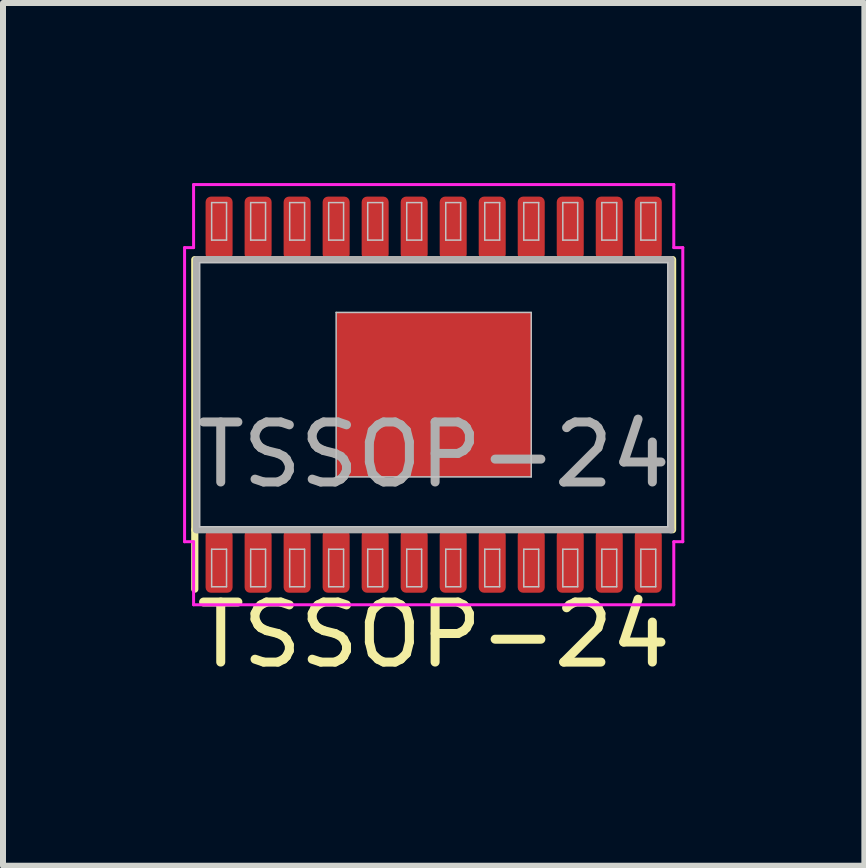
<source format=kicad_pcb>
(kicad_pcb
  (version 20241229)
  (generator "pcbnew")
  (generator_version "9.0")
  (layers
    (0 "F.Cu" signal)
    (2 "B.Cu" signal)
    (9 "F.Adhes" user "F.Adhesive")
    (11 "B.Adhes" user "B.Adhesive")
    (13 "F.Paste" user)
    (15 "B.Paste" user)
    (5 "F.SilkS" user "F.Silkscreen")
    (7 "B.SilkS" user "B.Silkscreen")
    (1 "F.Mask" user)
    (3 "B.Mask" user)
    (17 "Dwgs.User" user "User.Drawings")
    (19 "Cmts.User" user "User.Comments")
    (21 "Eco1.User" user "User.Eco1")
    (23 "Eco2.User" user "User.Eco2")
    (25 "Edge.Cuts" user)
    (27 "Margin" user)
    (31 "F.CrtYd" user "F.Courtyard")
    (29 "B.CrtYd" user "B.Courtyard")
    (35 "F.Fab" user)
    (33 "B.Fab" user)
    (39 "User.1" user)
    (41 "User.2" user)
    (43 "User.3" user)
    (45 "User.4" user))
  (footprint "TSSOP-24"
    (layer "F.Cu")
    (at 4.175 3.525)
    (property "Reference" "TSSOP-24" (at 0 4 0) (layer "F.SilkS") (effects (font (size 1 1) (thickness 0.15))))
    (attr smd)
    (fp_line (start -3.98 2.25) (end -3.98 -2.25) (stroke (width 0.12) (type solid)) (layer "F.SilkS"))
    (fp_line (start -3.98 2.25) (end -3.98 3.24) (stroke (width 0.12) (type solid)) (layer "F.SilkS"))
    (fp_line (start 3.98 2.25) (end 3.98 -2.25) (stroke (width 0.12) (type solid)) (layer "F.SilkS"))
    (fp_poly (pts (xy -0.2 -0.2) (xy -1.425 -0.2) (xy -1.425 -1.175) (xy -0.2 -1.175)) (stroke (width 0) (type solid)) (fill yes) (layer "F.Paste"))
    (fp_poly (pts (xy -0.2 1.175) (xy -1.425 1.175) (xy -1.425 0.2) (xy -0.2 0.2)) (stroke (width 0) (type solid)) (fill yes) (layer "F.Paste"))
    (fp_poly (pts (xy 1.425 -0.2) (xy 0.2 -0.2) (xy 0.2 -1.175) (xy 1.425 -1.175)) (stroke (width 0) (type solid)) (fill yes) (layer "F.Paste"))
    (fp_poly (pts (xy 1.425 1.175) (xy 0.2 1.175) (xy 0.2 0.2) (xy 1.425 0.2)) (stroke (width 0) (type solid)) (fill yes) (layer "F.Paste"))
    (fp_line (start -3.9 -2.2) (end 3.9 -2.2) (stroke (width 0.025) (type solid)) (layer "Dwgs.User"))
    (fp_line (start -3.9 2.2) (end -3.9 -2.2) (stroke (width 0.025) (type solid)) (layer "Dwgs.User"))
    (fp_line (start -3.699 -3.2) (end -3.451 -3.2) (stroke (width 0.025) (type solid)) (layer "Dwgs.User"))
    (fp_line (start -3.699 -2.575) (end -3.699 -3.2) (stroke (width 0.025) (type solid)) (layer "Dwgs.User"))
    (fp_line (start -3.699 2.575) (end -3.451 2.575) (stroke (width 0.025) (type solid)) (layer "Dwgs.User"))
    (fp_line (start -3.699 3.2) (end -3.699 2.575) (stroke (width 0.025) (type solid)) (layer "Dwgs.User"))
    (fp_line (start -3.451 -3.2) (end -3.451 -2.575) (stroke (width 0.025) (type solid)) (layer "Dwgs.User"))
    (fp_line (start -3.451 -2.575) (end -3.699 -2.575) (stroke (width 0.025) (type solid)) (layer "Dwgs.User"))
    (fp_line (start -3.451 2.575) (end -3.451 3.2) (stroke (width 0.025) (type solid)) (layer "Dwgs.User"))
    (fp_line (start -3.451 3.2) (end -3.699 3.2) (stroke (width 0.025) (type solid)) (layer "Dwgs.User"))
    (fp_line (start -3.049 -3.2) (end -2.801 -3.2) (stroke (width 0.025) (type solid)) (layer "Dwgs.User"))
    (fp_line (start -3.049 -2.575) (end -3.049 -3.2) (stroke (width 0.025) (type solid)) (layer "Dwgs.User"))
    (fp_line (start -3.049 2.575) (end -2.801 2.575) (stroke (width 0.025) (type solid)) (layer "Dwgs.User"))
    (fp_line (start -3.049 3.2) (end -3.049 2.575) (stroke (width 0.025) (type solid)) (layer "Dwgs.User"))
    (fp_line (start -2.801 -3.2) (end -2.801 -2.575) (stroke (width 0.025) (type solid)) (layer "Dwgs.User"))
    (fp_line (start -2.801 -2.575) (end -3.049 -2.575) (stroke (width 0.025) (type solid)) (layer "Dwgs.User"))
    (fp_line (start -2.801 2.575) (end -2.801 3.2) (stroke (width 0.025) (type solid)) (layer "Dwgs.User"))
    (fp_line (start -2.801 3.2) (end -3.049 3.2) (stroke (width 0.025) (type solid)) (layer "Dwgs.User"))
    (fp_line (start -2.399 -3.2) (end -2.151 -3.2) (stroke (width 0.025) (type solid)) (layer "Dwgs.User"))
    (fp_line (start -2.399 -2.575) (end -2.399 -3.2) (stroke (width 0.025) (type solid)) (layer "Dwgs.User"))
    (fp_line (start -2.399 2.575) (end -2.151 2.575) (stroke (width 0.025) (type solid)) (layer "Dwgs.User"))
    (fp_line (start -2.399 3.2) (end -2.399 2.575) (stroke (width 0.025) (type solid)) (layer "Dwgs.User"))
    (fp_line (start -2.151 -3.2) (end -2.151 -2.575) (stroke (width 0.025) (type solid)) (layer "Dwgs.User"))
    (fp_line (start -2.151 -2.575) (end -2.399 -2.575) (stroke (width 0.025) (type solid)) (layer "Dwgs.User"))
    (fp_line (start -2.151 2.575) (end -2.151 3.2) (stroke (width 0.025) (type solid)) (layer "Dwgs.User"))
    (fp_line (start -2.151 3.2) (end -2.399 3.2) (stroke (width 0.025) (type solid)) (layer "Dwgs.User"))
    (fp_line (start -1.749 -3.2) (end -1.501 -3.2) (stroke (width 0.025) (type solid)) (layer "Dwgs.User"))
    (fp_line (start -1.749 -2.575) (end -1.749 -3.2) (stroke (width 0.025) (type solid)) (layer "Dwgs.User"))
    (fp_line (start -1.749 2.575) (end -1.501 2.575) (stroke (width 0.025) (type solid)) (layer "Dwgs.User"))
    (fp_line (start -1.749 3.2) (end -1.749 2.575) (stroke (width 0.025) (type solid)) (layer "Dwgs.User"))
    (fp_line (start -1.625 -1.37) (end 1.625 -1.37) (stroke (width 0.025) (type solid)) (layer "Dwgs.User"))
    (fp_line (start -1.625 1.37) (end -1.625 -1.37) (stroke (width 0.025) (type solid)) (layer "Dwgs.User"))
    (fp_line (start -1.501 -3.2) (end -1.501 -2.575) (stroke (width 0.025) (type solid)) (layer "Dwgs.User"))
    (fp_line (start -1.501 -2.575) (end -1.749 -2.575) (stroke (width 0.025) (type solid)) (layer "Dwgs.User"))
    (fp_line (start -1.501 2.575) (end -1.501 3.2) (stroke (width 0.025) (type solid)) (layer "Dwgs.User"))
    (fp_line (start -1.501 3.2) (end -1.749 3.2) (stroke (width 0.025) (type solid)) (layer "Dwgs.User"))
    (fp_line (start -1.099 -3.2) (end -0.851 -3.2) (stroke (width 0.025) (type solid)) (layer "Dwgs.User"))
    (fp_line (start -1.099 -2.575) (end -1.099 -3.2) (stroke (width 0.025) (type solid)) (layer "Dwgs.User"))
    (fp_line (start -1.099 2.575) (end -0.851 2.575) (stroke (width 0.025) (type solid)) (layer "Dwgs.User"))
    (fp_line (start -1.099 3.2) (end -1.099 2.575) (stroke (width 0.025) (type solid)) (layer "Dwgs.User"))
    (fp_line (start -0.851 -3.2) (end -0.851 -2.575) (stroke (width 0.025) (type solid)) (layer "Dwgs.User"))
    (fp_line (start -0.851 -2.575) (end -1.099 -2.575) (stroke (width 0.025) (type solid)) (layer "Dwgs.User"))
    (fp_line (start -0.851 2.575) (end -0.851 3.2) (stroke (width 0.025) (type solid)) (layer "Dwgs.User"))
    (fp_line (start -0.851 3.2) (end -1.099 3.2) (stroke (width 0.025) (type solid)) (layer "Dwgs.User"))
    (fp_line (start -0.449 -3.2) (end -0.201 -3.2) (stroke (width 0.025) (type solid)) (layer "Dwgs.User"))
    (fp_line (start -0.449 -2.575) (end -0.449 -3.2) (stroke (width 0.025) (type solid)) (layer "Dwgs.User"))
    (fp_line (start -0.449 2.575) (end -0.201 2.575) (stroke (width 0.025) (type solid)) (layer "Dwgs.User"))
    (fp_line (start -0.449 3.2) (end -0.449 2.575) (stroke (width 0.025) (type solid)) (layer "Dwgs.User"))
    (fp_line (start -0.201 -3.2) (end -0.201 -2.575) (stroke (width 0.025) (type solid)) (layer "Dwgs.User"))
    (fp_line (start -0.201 -2.575) (end -0.449 -2.575) (stroke (width 0.025) (type solid)) (layer "Dwgs.User"))
    (fp_line (start -0.201 2.575) (end -0.201 3.2) (stroke (width 0.025) (type solid)) (layer "Dwgs.User"))
    (fp_line (start -0.201 3.2) (end -0.449 3.2) (stroke (width 0.025) (type solid)) (layer "Dwgs.User"))
    (fp_line (start 0.201 -3.2) (end 0.449 -3.2) (stroke (width 0.025) (type solid)) (layer "Dwgs.User"))
    (fp_line (start 0.201 -2.575) (end 0.201 -3.2) (stroke (width 0.025) (type solid)) (layer "Dwgs.User"))
    (fp_line (start 0.201 2.575) (end 0.449 2.575) (stroke (width 0.025) (type solid)) (layer "Dwgs.User"))
    (fp_line (start 0.201 3.2) (end 0.201 2.575) (stroke (width 0.025) (type solid)) (layer "Dwgs.User"))
    (fp_line (start 0.449 -3.2) (end 0.449 -2.575) (stroke (width 0.025) (type solid)) (layer "Dwgs.User"))
    (fp_line (start 0.449 -2.575) (end 0.201 -2.575) (stroke (width 0.025) (type solid)) (layer "Dwgs.User"))
    (fp_line (start 0.449 2.575) (end 0.449 3.2) (stroke (width 0.025) (type solid)) (layer "Dwgs.User"))
    (fp_line (start 0.449 3.2) (end 0.201 3.2) (stroke (width 0.025) (type solid)) (layer "Dwgs.User"))
    (fp_line (start 0.851 -3.2) (end 1.099 -3.2) (stroke (width 0.025) (type solid)) (layer "Dwgs.User"))
    (fp_line (start 0.851 -2.575) (end 0.851 -3.2) (stroke (width 0.025) (type solid)) (layer "Dwgs.User"))
    (fp_line (start 0.851 2.575) (end 1.099 2.575) (stroke (width 0.025) (type solid)) (layer "Dwgs.User"))
    (fp_line (start 0.851 3.2) (end 0.851 2.575) (stroke (width 0.025) (type solid)) (layer "Dwgs.User"))
    (fp_line (start 1.099 -3.2) (end 1.099 -2.575) (stroke (width 0.025) (type solid)) (layer "Dwgs.User"))
    (fp_line (start 1.099 -2.575) (end 0.851 -2.575) (stroke (width 0.025) (type solid)) (layer "Dwgs.User"))
    (fp_line (start 1.099 2.575) (end 1.099 3.2) (stroke (width 0.025) (type solid)) (layer "Dwgs.User"))
    (fp_line (start 1.099 3.2) (end 0.851 3.2) (stroke (width 0.025) (type solid)) (layer "Dwgs.User"))
    (fp_line (start 1.501 -3.2) (end 1.749 -3.2) (stroke (width 0.025) (type solid)) (layer "Dwgs.User"))
    (fp_line (start 1.501 -2.575) (end 1.501 -3.2) (stroke (width 0.025) (type solid)) (layer "Dwgs.User"))
    (fp_line (start 1.501 2.575) (end 1.749 2.575) (stroke (width 0.025) (type solid)) (layer "Dwgs.User"))
    (fp_line (start 1.501 3.2) (end 1.501 2.575) (stroke (width 0.025) (type solid)) (layer "Dwgs.User"))
    (fp_line (start 1.625 -1.37) (end 1.625 1.37) (stroke (width 0.025) (type solid)) (layer "Dwgs.User"))
    (fp_line (start 1.625 1.37) (end -1.625 1.37) (stroke (width 0.025) (type solid)) (layer "Dwgs.User"))
    (fp_line (start 1.749 -3.2) (end 1.749 -2.575) (stroke (width 0.025) (type solid)) (layer "Dwgs.User"))
    (fp_line (start 1.749 -2.575) (end 1.501 -2.575) (stroke (width 0.025) (type solid)) (layer "Dwgs.User"))
    (fp_line (start 1.749 2.575) (end 1.749 3.2) (stroke (width 0.025) (type solid)) (layer "Dwgs.User"))
    (fp_line (start 1.749 3.2) (end 1.501 3.2) (stroke (width 0.025) (type solid)) (layer "Dwgs.User"))
    (fp_line (start 2.151 -3.2) (end 2.399 -3.2) (stroke (width 0.025) (type solid)) (layer "Dwgs.User"))
    (fp_line (start 2.151 -2.575) (end 2.151 -3.2) (stroke (width 0.025) (type solid)) (layer "Dwgs.User"))
    (fp_line (start 2.151 2.575) (end 2.399 2.575) (stroke (width 0.025) (type solid)) (layer "Dwgs.User"))
    (fp_line (start 2.151 3.2) (end 2.151 2.575) (stroke (width 0.025) (type solid)) (layer "Dwgs.User"))
    (fp_line (start 2.399 -3.2) (end 2.399 -2.575) (stroke (width 0.025) (type solid)) (layer "Dwgs.User"))
    (fp_line (start 2.399 -2.575) (end 2.151 -2.575) (stroke (width 0.025) (type solid)) (layer "Dwgs.User"))
    (fp_line (start 2.399 2.575) (end 2.399 3.2) (stroke (width 0.025) (type solid)) (layer "Dwgs.User"))
    (fp_line (start 2.399 3.2) (end 2.151 3.2) (stroke (width 0.025) (type solid)) (layer "Dwgs.User"))
    (fp_line (start 2.801 -3.2) (end 3.049 -3.2) (stroke (width 0.025) (type solid)) (layer "Dwgs.User"))
    (fp_line (start 2.801 -2.575) (end 2.801 -3.2) (stroke (width 0.025) (type solid)) (layer "Dwgs.User"))
    (fp_line (start 2.801 2.575) (end 3.049 2.575) (stroke (width 0.025) (type solid)) (layer "Dwgs.User"))
    (fp_line (start 2.801 3.2) (end 2.801 2.575) (stroke (width 0.025) (type solid)) (layer "Dwgs.User"))
    (fp_line (start 3.049 -3.2) (end 3.049 -2.575) (stroke (width 0.025) (type solid)) (layer "Dwgs.User"))
    (fp_line (start 3.049 -2.575) (end 2.801 -2.575) (stroke (width 0.025) (type solid)) (layer "Dwgs.User"))
    (fp_line (start 3.049 2.575) (end 3.049 3.2) (stroke (width 0.025) (type solid)) (layer "Dwgs.User"))
    (fp_line (start 3.049 3.2) (end 2.801 3.2) (stroke (width 0.025) (type solid)) (layer "Dwgs.User"))
    (fp_line (start 3.451 -3.2) (end 3.699 -3.2) (stroke (width 0.025) (type solid)) (layer "Dwgs.User"))
    (fp_line (start 3.451 -2.575) (end 3.451 -3.2) (stroke (width 0.025) (type solid)) (layer "Dwgs.User"))
    (fp_line (start 3.451 2.575) (end 3.699 2.575) (stroke (width 0.025) (type solid)) (layer "Dwgs.User"))
    (fp_line (start 3.451 3.2) (end 3.451 2.575) (stroke (width 0.025) (type solid)) (layer "Dwgs.User"))
    (fp_line (start 3.699 -3.2) (end 3.699 -2.575) (stroke (width 0.025) (type solid)) (layer "Dwgs.User"))
    (fp_line (start 3.699 -2.575) (end 3.451 -2.575) (stroke (width 0.025) (type solid)) (layer "Dwgs.User"))
    (fp_line (start 3.699 2.575) (end 3.699 3.2) (stroke (width 0.025) (type solid)) (layer "Dwgs.User"))
    (fp_line (start 3.699 3.2) (end 3.451 3.2) (stroke (width 0.025) (type solid)) (layer "Dwgs.User"))
    (fp_line (start 3.9 -2.2) (end 3.9 2.2) (stroke (width 0.025) (type solid)) (layer "Dwgs.User"))
    (fp_line (start 3.9 2.2) (end -3.9 2.2) (stroke (width 0.025) (type solid)) (layer "Dwgs.User"))
    (fp_line (start -4.15 -2.45) (end -4.15 2.45) (stroke (width 0.05) (type solid)) (layer "F.CrtYd"))
    (fp_line (start -4.15 2.45) (end -4 2.45) (stroke (width 0.05) (type solid)) (layer "F.CrtYd"))
    (fp_line (start -4 -3.5) (end -4 -2.45) (stroke (width 0.05) (type solid)) (layer "F.CrtYd"))
    (fp_line (start -4 -2.45) (end -4.15 -2.45) (stroke (width 0.05) (type solid)) (layer "F.CrtYd"))
    (fp_line (start -4 2.45) (end -4 3.5) (stroke (width 0.05) (type solid)) (layer "F.CrtYd"))
    (fp_line (start -4 3.5) (end 4 3.5) (stroke (width 0.05) (type solid)) (layer "F.CrtYd"))
    (fp_line (start 4 -3.5) (end -4 -3.5) (stroke (width 0.05) (type solid)) (layer "F.CrtYd"))
    (fp_line (start 4 -2.45) (end 4 -3.5) (stroke (width 0.05) (type solid)) (layer "F.CrtYd"))
    (fp_line (start 4 2.45) (end 4.15 2.45) (stroke (width 0.05) (type solid)) (layer "F.CrtYd"))
    (fp_line (start 4 3.5) (end 4 2.45) (stroke (width 0.05) (type solid)) (layer "F.CrtYd"))
    (fp_line (start 4.15 -2.45) (end 4 -2.45) (stroke (width 0.05) (type solid)) (layer "F.CrtYd"))
    (fp_line (start 4.15 2.45) (end 4.15 -2.45) (stroke (width 0.05) (type solid)) (layer "F.CrtYd"))
    (fp_line (start -3.95 -2.25) (end 3.95 -2.25) (stroke (width 0.12) (type solid)) (layer "F.Fab"))
    (fp_line (start -3.95 2.25) (end -3.95 -2.25) (stroke (width 0.12) (type solid)) (layer "F.Fab"))
    (fp_line (start 3.95 -2.25) (end 3.95 2.25) (stroke (width 0.12) (type solid)) (layer "F.Fab"))
    (fp_line (start 3.95 2.25) (end -3.95 2.25) (stroke (width 0.12) (type solid)) (layer "F.Fab"))
    (fp_text user "${REFERENCE}" (at 0 1 0) (layer "F.Fab") (effects (font (size 1 1) (thickness 0.15))))
    (pad "1" smd roundrect (at -3.575 2.775 90) (size 1.05 0.45) (layers "F.Cu" "F.Mask" "F.Paste") (roundrect_rratio 0.2))
    (pad "2" smd roundrect (at -2.925 2.775 90) (size 1.05 0.45) (layers "F.Cu" "F.Mask" "F.Paste") (roundrect_rratio 0.2))
    (pad "3" smd roundrect (at -2.275 2.775 90) (size 1.05 0.45) (layers "F.Cu" "F.Mask" "F.Paste") (roundrect_rratio 0.2))
    (pad "4" smd roundrect (at -1.625 2.775 90) (size 1.05 0.45) (layers "F.Cu" "F.Mask" "F.Paste") (roundrect_rratio 0.2))
    (pad "5" smd roundrect (at -0.975 2.775 90) (size 1.05 0.45) (layers "F.Cu" "F.Mask" "F.Paste") (roundrect_rratio 0.2))
    (pad "6" smd roundrect (at -0.325 2.775 90) (size 1.05 0.45) (layers "F.Cu" "F.Mask" "F.Paste") (roundrect_rratio 0.2))
    (pad "7" smd roundrect (at 0.325 2.775 90) (size 1.05 0.45) (layers "F.Cu" "F.Mask" "F.Paste") (roundrect_rratio 0.2))
    (pad "8" smd roundrect (at 0.975 2.775 90) (size 1.05 0.45) (layers "F.Cu" "F.Mask" "F.Paste") (roundrect_rratio 0.2))
    (pad "9" smd roundrect (at 1.625 2.775 90) (size 1.05 0.45) (layers "F.Cu" "F.Mask" "F.Paste") (roundrect_rratio 0.2))
    (pad "10" smd roundrect (at 2.275 2.775 90) (size 1.05 0.45) (layers "F.Cu" "F.Mask" "F.Paste") (roundrect_rratio 0.2))
    (pad "11" smd roundrect (at 2.925 2.775 90) (size 1.05 0.45) (layers "F.Cu" "F.Mask" "F.Paste") (roundrect_rratio 0.2))
    (pad "12" smd roundrect (at 3.575 2.775 90) (size 1.05 0.45) (layers "F.Cu" "F.Mask" "F.Paste") (roundrect_rratio 0.2))
    (pad "13" smd roundrect (at 3.575 -2.775 90) (size 1.05 0.45) (layers "F.Cu" "F.Mask" "F.Paste") (roundrect_rratio 0.2))
    (pad "14" smd roundrect (at 2.925 -2.775 90) (size 1.05 0.45) (layers "F.Cu" "F.Mask" "F.Paste") (roundrect_rratio 0.2))
    (pad "15" smd roundrect (at 2.275 -2.775 90) (size 1.05 0.45) (layers "F.Cu" "F.Mask" "F.Paste") (roundrect_rratio 0.2))
    (pad "16" smd roundrect (at 1.625 -2.775 90) (size 1.05 0.45) (layers "F.Cu" "F.Mask" "F.Paste") (roundrect_rratio 0.2))
    (pad "17" smd roundrect (at 0.975 -2.775 90) (size 1.05 0.45) (layers "F.Cu" "F.Mask" "F.Paste") (roundrect_rratio 0.2))
    (pad "18" smd roundrect (at 0.325 -2.775 90) (size 1.05 0.45) (layers "F.Cu" "F.Mask" "F.Paste") (roundrect_rratio 0.2))
    (pad "19" smd roundrect (at -0.325 -2.775 90) (size 1.05 0.45) (layers "F.Cu" "F.Mask" "F.Paste") (roundrect_rratio 0.2))
    (pad "20" smd roundrect (at -0.975 -2.775 90) (size 1.05 0.45) (layers "F.Cu" "F.Mask" "F.Paste") (roundrect_rratio 0.2))
    (pad "21" smd roundrect (at -1.625 -2.775 90) (size 1.05 0.45) (layers "F.Cu" "F.Mask" "F.Paste") (roundrect_rratio 0.2))
    (pad "22" smd roundrect (at -2.275 -2.775 90) (size 1.05 0.45) (layers "F.Cu" "F.Mask" "F.Paste") (roundrect_rratio 0.2))
    (pad "23" smd roundrect (at -2.925 -2.775 90) (size 1.05 0.45) (layers "F.Cu" "F.Mask" "F.Paste") (roundrect_rratio 0.2))
    (pad "24" smd roundrect (at -3.575 -2.775 90) (size 1.05 0.45) (layers "F.Cu" "F.Mask" "F.Paste") (roundrect_rratio 0.2))
    (pad "25" smd rect (at 0 0 90) (size 2.74 3.25) (layers "F.Cu" "F.Mask")))
  (gr_rect
    (start -3 -3)
    (end 11.35 11.373)
    (stroke (width 0.1) (type default))
    (fill no)
    (layer "Edge.Cuts")))
</source>
